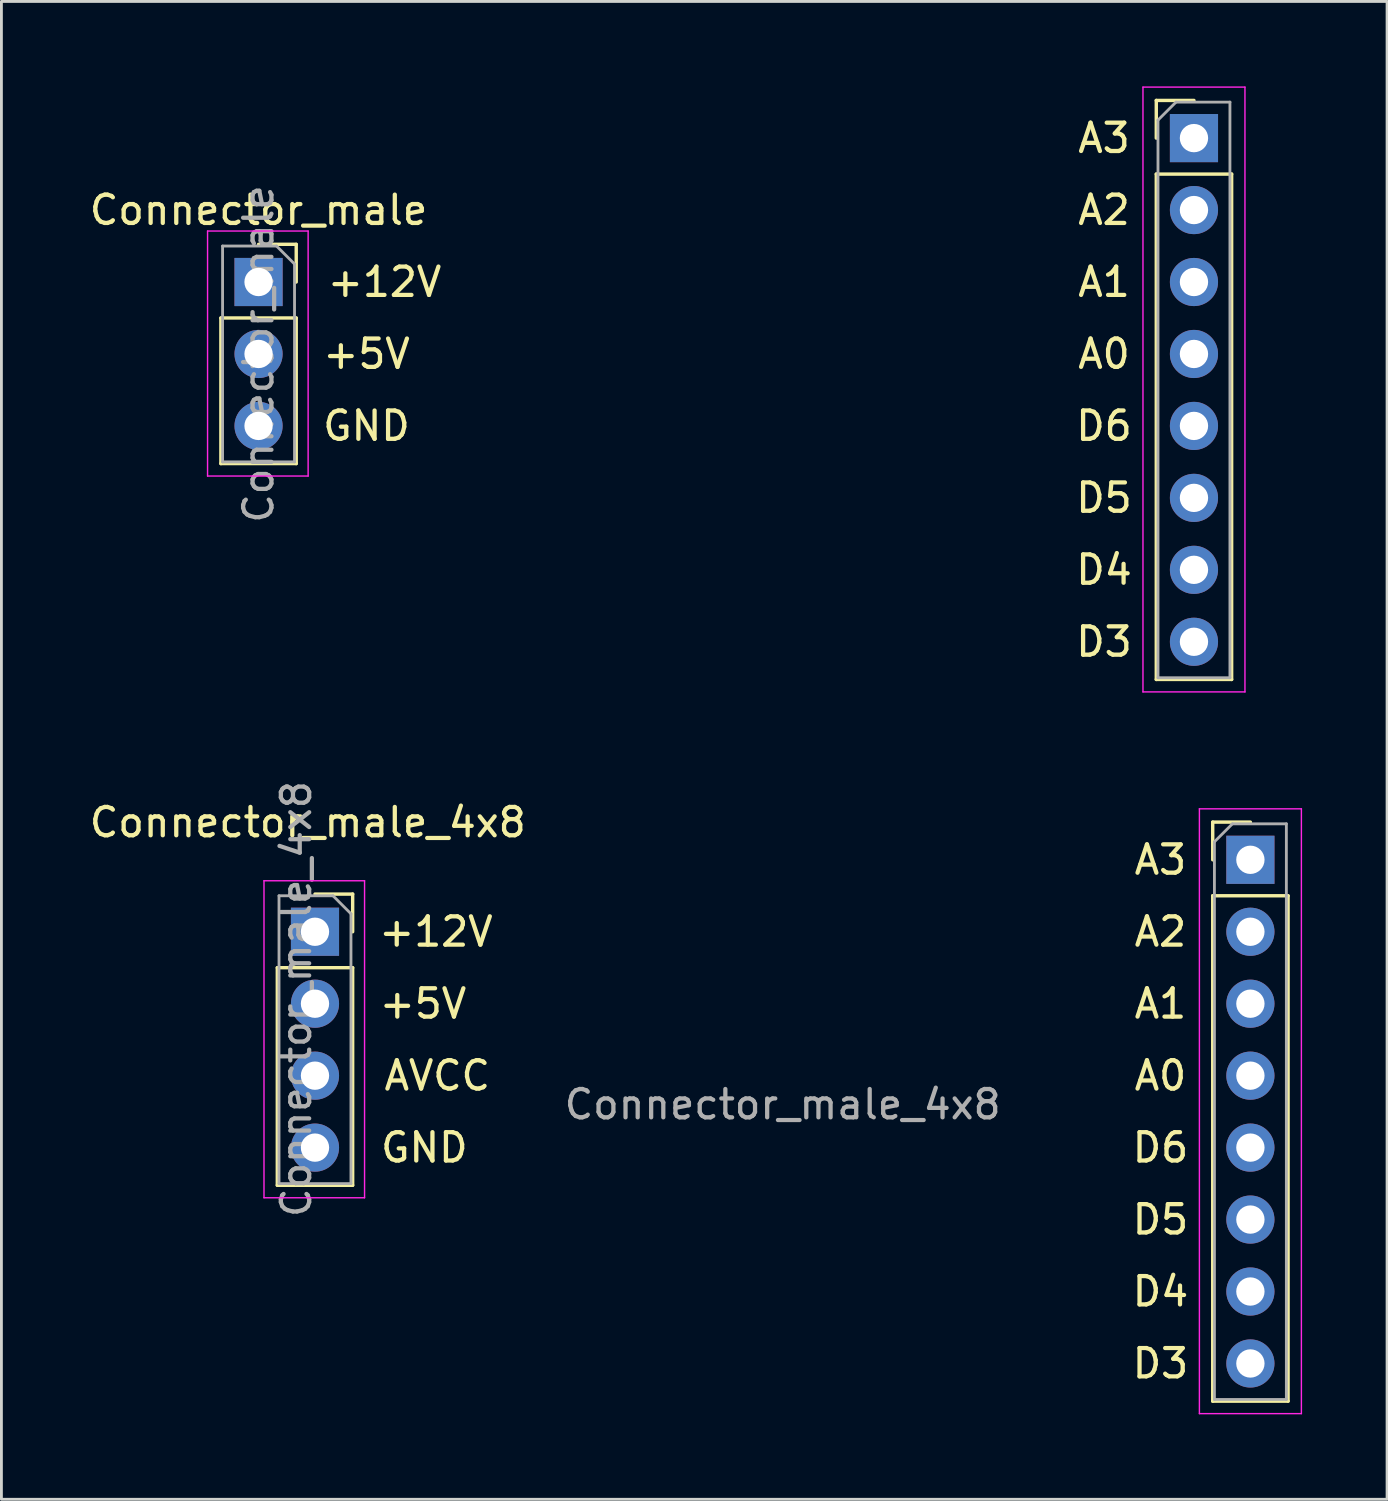
<source format=kicad_pcb>
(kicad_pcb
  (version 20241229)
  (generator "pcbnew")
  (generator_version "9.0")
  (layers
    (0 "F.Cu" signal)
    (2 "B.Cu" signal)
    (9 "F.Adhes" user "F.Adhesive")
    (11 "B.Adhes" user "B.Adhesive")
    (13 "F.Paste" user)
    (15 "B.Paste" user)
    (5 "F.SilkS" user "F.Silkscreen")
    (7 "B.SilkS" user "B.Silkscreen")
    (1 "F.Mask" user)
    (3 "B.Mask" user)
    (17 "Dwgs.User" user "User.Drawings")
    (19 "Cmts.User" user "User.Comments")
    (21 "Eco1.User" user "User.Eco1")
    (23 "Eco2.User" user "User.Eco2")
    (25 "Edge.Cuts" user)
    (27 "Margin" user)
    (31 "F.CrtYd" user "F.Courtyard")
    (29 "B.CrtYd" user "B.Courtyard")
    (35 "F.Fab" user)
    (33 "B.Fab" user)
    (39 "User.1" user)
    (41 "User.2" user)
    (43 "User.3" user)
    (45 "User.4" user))
  (footprint "Connector_male_4x8"
    (layer "F.Cu")
    (at 24.579 34.921)
    (property "Reference" "Connector_male_4x8" (at -16.764 -8.941 0) (unlocked yes) (layer "F.SilkS") (effects (font (size 1 1) (thickness 0.15))))
    (attr smd)
    (fp_line (start -17.84 -3.81) (end -17.84 3.87) (stroke (width 0.12) (type solid)) (layer "F.SilkS"))
    (fp_line (start -17.84 -3.81) (end -15.18 -3.81) (stroke (width 0.12) (type solid)) (layer "F.SilkS"))
    (fp_line (start -17.84 3.87) (end -15.18 3.87) (stroke (width 0.12) (type solid)) (layer "F.SilkS"))
    (fp_line (start -16.51 -6.41) (end -15.18 -6.41) (stroke (width 0.12) (type solid)) (layer "F.SilkS"))
    (fp_line (start -15.18 -6.41) (end -15.18 -5.08) (stroke (width 0.12) (type solid)) (layer "F.SilkS"))
    (fp_line (start -15.18 -3.81) (end -15.18 3.87) (stroke (width 0.12) (type solid)) (layer "F.SilkS"))
    (fp_line (start 15.18 -8.95) (end 16.51 -8.95) (stroke (width 0.12) (type solid)) (layer "F.SilkS"))
    (fp_line (start 15.18 -7.62) (end 15.18 -8.95) (stroke (width 0.12) (type solid)) (layer "F.SilkS"))
    (fp_line (start 15.18 -6.35) (end 15.18 11.49) (stroke (width 0.12) (type solid)) (layer "F.SilkS"))
    (fp_line (start 15.18 -6.35) (end 17.84 -6.35) (stroke (width 0.12) (type solid)) (layer "F.SilkS"))
    (fp_line (start 15.18 11.49) (end 17.84 11.49) (stroke (width 0.12) (type solid)) (layer "F.SilkS"))
    (fp_line (start 17.84 -6.35) (end 17.84 11.49) (stroke (width 0.12) (type solid)) (layer "F.SilkS"))
    (fp_line (start -18.31 -6.88) (end -14.76 -6.88) (stroke (width 0.05) (type solid)) (layer "F.CrtYd"))
    (fp_line (start -18.31 4.31) (end -18.31 -6.88) (stroke (width 0.05) (type solid)) (layer "F.CrtYd"))
    (fp_line (start -14.76 -6.88) (end -14.76 4.31) (stroke (width 0.05) (type solid)) (layer "F.CrtYd"))
    (fp_line (start -14.76 4.31) (end -18.31 4.31) (stroke (width 0.05) (type solid)) (layer "F.CrtYd"))
    (fp_line (start 14.71 -9.42) (end 14.71 11.93) (stroke (width 0.05) (type solid)) (layer "F.CrtYd"))
    (fp_line (start 14.71 11.93) (end 18.31 11.93) (stroke (width 0.05) (type solid)) (layer "F.CrtYd"))
    (fp_line (start 18.31 -9.42) (end 14.71 -9.42) (stroke (width 0.05) (type solid)) (layer "F.CrtYd"))
    (fp_line (start 18.31 11.93) (end 18.31 -9.42) (stroke (width 0.05) (type solid)) (layer "F.CrtYd"))
    (fp_line (start -17.78 -6.35) (end -15.875 -6.35) (stroke (width 0.1) (type solid)) (layer "F.Fab"))
    (fp_line (start -17.78 3.81) (end -17.78 -6.35) (stroke (width 0.1) (type solid)) (layer "F.Fab"))
    (fp_line (start -15.24 -5.715) (end -15.875 -6.35) (stroke (width 0.1) (type solid)) (layer "F.Fab"))
    (fp_line (start -15.24 -5.715) (end -15.24 3.81) (stroke (width 0.1) (type solid)) (layer "F.Fab"))
    (fp_line (start -15.24 3.81) (end -17.78 3.81) (stroke (width 0.1) (type solid)) (layer "F.Fab"))
    (fp_line (start 15.24 -8.255) (end 15.875 -8.89) (stroke (width 0.1) (type solid)) (layer "F.Fab"))
    (fp_line (start 15.24 11.43) (end 15.24 -8.255) (stroke (width 0.1) (type solid)) (layer "F.Fab"))
    (fp_line (start 15.875 -8.89) (end 17.78 -8.89) (stroke (width 0.1) (type solid)) (layer "F.Fab"))
    (fp_line (start 17.78 -8.89) (end 17.78 11.43) (stroke (width 0.1) (type solid)) (layer "F.Fab"))
    (fp_line (start 17.78 11.43) (end 15.24 11.43) (stroke (width 0.1) (type solid)) (layer "F.Fab"))
    (fp_text user "A1" (at 13.335 -2.54 0) (unlocked yes) (layer "F.SilkS") (effects (font (size 1 1) (thickness 0.15))))
    (fp_text user "D5" (at 13.335 5.08 0) (unlocked yes) (layer "F.SilkS") (effects (font (size 1 1) (thickness 0.15))))
    (fp_text user "A3" (at 13.335 -7.62 0) (unlocked yes) (layer "F.SilkS") (effects (font (size 1 1) (thickness 0.15))))
    (fp_text user "A0" (at 13.335 0 0) (unlocked yes) (layer "F.SilkS") (effects (font (size 1 1) (thickness 0.15))))
    (fp_text user "D4" (at 13.335 7.62 0) (unlocked yes) (layer "F.SilkS") (effects (font (size 1 1) (thickness 0.15))))
    (fp_text user "+5V" (at -12.7 -2.54 0) (unlocked yes) (layer "F.SilkS") (effects (font (size 1 1) (thickness 0.15))))
    (fp_text user "A2" (at 13.335 -5.08 0) (unlocked yes) (layer "F.SilkS") (effects (font (size 1 1) (thickness 0.15))))
    (fp_text user "AVCC" (at -12.192 0 0) (unlocked yes) (layer "F.SilkS") (effects (font (size 1 1) (thickness 0.15))))
    (fp_text user "D6" (at 13.335 2.54 0) (unlocked yes) (layer "F.SilkS") (effects (font (size 1 1) (thickness 0.15))))
    (fp_text user "+12V" (at -12.243 -5.08 0) (unlocked yes) (layer "F.SilkS") (effects (font (size 1 1) (thickness 0.15))))
    (fp_text user "D3" (at 13.335 10.16 0) (unlocked yes) (layer "F.SilkS") (effects (font (size 1 1) (thickness 0.15))))
    (fp_text user "GND" (at -12.649 2.54 0) (unlocked yes) (layer "F.SilkS") (effects (font (size 1 1) (thickness 0.15))))
    (fp_text user "${REFERENCE}" (at 0 1.016 0) (unlocked yes) (layer "F.Fab") (effects (font (size 1 1) (thickness 0.15))))
    (fp_text user "${REFERENCE}" (at -17.17 -2.705 90) (unlocked yes) (layer "F.Fab") (effects (font (size 1 1) (thickness 0.15))))
    (pad "1" thru_hole rect (at -16.51 -5.08) (size 1.7 1.7) (drill 1) (layers "*.Cu" "*.Mask"))
    (pad "2" thru_hole oval (at -16.51 -2.54) (size 1.7 1.7) (drill 1) (layers "*.Cu" "*.Mask"))
    (pad "3" thru_hole oval (at -16.51 0) (size 1.7 1.7) (drill 1) (layers "*.Cu" "*.Mask"))
    (pad "4" thru_hole oval (at -16.51 2.54) (size 1.7 1.7) (drill 1) (layers "*.Cu" "*.Mask"))
    (pad "5" thru_hole oval (at 16.51 10.16) (size 1.7 1.7) (drill 1) (layers "*.Cu" "*.Mask"))
    (pad "6" thru_hole oval (at 16.51 7.62) (size 1.7 1.7) (drill 1) (layers "*.Cu" "*.Mask"))
    (pad "7" thru_hole oval (at 16.51 5.08) (size 1.7 1.7) (drill 1) (layers "*.Cu" "*.Mask"))
    (pad "8" thru_hole oval (at 16.51 2.54) (size 1.7 1.7) (drill 1) (layers "*.Cu" "*.Mask"))
    (pad "9" thru_hole oval (at 16.51 0) (size 1.7 1.7) (drill 1) (layers "*.Cu" "*.Mask"))
    (pad "10" thru_hole oval (at 16.51 -2.54) (size 1.7 1.7) (drill 1) (layers "*.Cu" "*.Mask"))
    (pad "11" thru_hole oval (at 16.51 -5.08) (size 1.7 1.7) (drill 1) (layers "*.Cu" "*.Mask"))
    (pad "12" thru_hole rect (at 16.51 -7.62) (size 1.7 1.7) (drill 1) (layers "*.Cu" "*.Mask")))
  (footprint "Connector_male"
    (layer "F.Cu")
    (at 21.317 9.445)
    (property "Reference" "Connector_male" (at -15.24 -5.08 0) (unlocked yes) (layer "F.SilkS") (effects (font (size 1 1) (thickness 0.15))))
    (attr through_hole)
    (fp_line (start -16.57 -1.27) (end -16.57 3.87) (stroke (width 0.12) (type solid)) (layer "F.SilkS"))
    (fp_line (start -16.57 -1.27) (end -13.91 -1.27) (stroke (width 0.12) (type solid)) (layer "F.SilkS"))
    (fp_line (start -16.57 3.87) (end -13.91 3.87) (stroke (width 0.12) (type solid)) (layer "F.SilkS"))
    (fp_line (start -15.24 -3.87) (end -13.91 -3.87) (stroke (width 0.12) (type solid)) (layer "F.SilkS"))
    (fp_line (start -13.91 -3.87) (end -13.91 -2.54) (stroke (width 0.12) (type solid)) (layer "F.SilkS"))
    (fp_line (start -13.91 -1.27) (end -13.91 3.87) (stroke (width 0.12) (type solid)) (layer "F.SilkS"))
    (fp_line (start 16.45 -8.95) (end 17.78 -8.95) (stroke (width 0.12) (type solid)) (layer "F.SilkS"))
    (fp_line (start 16.45 -7.62) (end 16.45 -8.95) (stroke (width 0.12) (type solid)) (layer "F.SilkS"))
    (fp_line (start 16.45 -6.35) (end 16.45 11.49) (stroke (width 0.12) (type solid)) (layer "F.SilkS"))
    (fp_line (start 16.45 -6.35) (end 19.11 -6.35) (stroke (width 0.12) (type solid)) (layer "F.SilkS"))
    (fp_line (start 16.45 11.49) (end 19.11 11.49) (stroke (width 0.12) (type solid)) (layer "F.SilkS"))
    (fp_line (start 19.11 -6.35) (end 19.11 11.49) (stroke (width 0.12) (type solid)) (layer "F.SilkS"))
    (fp_line (start -17.04 -4.34) (end -13.49 -4.34) (stroke (width 0.05) (type solid)) (layer "F.CrtYd"))
    (fp_line (start -17.04 4.31) (end -17.04 -4.34) (stroke (width 0.05) (type solid)) (layer "F.CrtYd"))
    (fp_line (start -13.49 -4.34) (end -13.49 4.31) (stroke (width 0.05) (type solid)) (layer "F.CrtYd"))
    (fp_line (start -13.49 4.31) (end -17.04 4.31) (stroke (width 0.05) (type solid)) (layer "F.CrtYd"))
    (fp_line (start 15.98 -9.42) (end 15.98 11.93) (stroke (width 0.05) (type solid)) (layer "F.CrtYd"))
    (fp_line (start 15.98 11.93) (end 19.58 11.93) (stroke (width 0.05) (type solid)) (layer "F.CrtYd"))
    (fp_line (start 19.58 -9.42) (end 15.98 -9.42) (stroke (width 0.05) (type solid)) (layer "F.CrtYd"))
    (fp_line (start 19.58 11.93) (end 19.58 -9.42) (stroke (width 0.05) (type solid)) (layer "F.CrtYd"))
    (fp_line (start -16.51 -3.81) (end -14.605 -3.81) (stroke (width 0.1) (type solid)) (layer "F.Fab"))
    (fp_line (start -16.51 3.81) (end -16.51 -3.81) (stroke (width 0.1) (type solid)) (layer "F.Fab"))
    (fp_line (start -14.605 -3.81) (end -13.97 -3.175) (stroke (width 0.1) (type solid)) (layer "F.Fab"))
    (fp_line (start -13.97 -3.175) (end -13.97 3.81) (stroke (width 0.1) (type solid)) (layer "F.Fab"))
    (fp_line (start -13.97 3.81) (end -16.51 3.81) (stroke (width 0.1) (type solid)) (layer "F.Fab"))
    (fp_line (start 16.51 -8.255) (end 17.145 -8.89) (stroke (width 0.1) (type solid)) (layer "F.Fab"))
    (fp_line (start 16.51 11.43) (end 16.51 -8.255) (stroke (width 0.1) (type solid)) (layer "F.Fab"))
    (fp_line (start 17.145 -8.89) (end 19.05 -8.89) (stroke (width 0.1) (type solid)) (layer "F.Fab"))
    (fp_line (start 19.05 -8.89) (end 19.05 11.43) (stroke (width 0.1) (type solid)) (layer "F.Fab"))
    (fp_line (start 19.05 11.43) (end 16.51 11.43) (stroke (width 0.1) (type solid)) (layer "F.Fab"))
    (fp_text user "A3" (at 14.605 -7.62 0) (unlocked yes) (layer "F.SilkS") (effects (font (size 1 1) (thickness 0.15))))
    (fp_text user "D3" (at 14.605 10.16 0) (unlocked yes) (layer "F.SilkS") (effects (font (size 1 1) (thickness 0.15))))
    (fp_text user "+12V" (at -10.795 -2.54 0) (unlocked yes) (layer "F.SilkS") (effects (font (size 1 1) (thickness 0.15))))
    (fp_text user "D4" (at 14.605 7.62 0) (unlocked yes) (layer "F.SilkS") (effects (font (size 1 1) (thickness 0.15))))
    (fp_text user "+5V" (at -11.43 0 0) (unlocked yes) (layer "F.SilkS") (effects (font (size 1 1) (thickness 0.15))))
    (fp_text user "A1" (at 14.605 -2.54 0) (unlocked yes) (layer "F.SilkS") (effects (font (size 1 1) (thickness 0.15))))
    (fp_text user "GND" (at -11.43 2.54 0) (unlocked yes) (layer "F.SilkS") (effects (font (size 1 1) (thickness 0.15))))
    (fp_text user "A0" (at 14.605 0 0) (unlocked yes) (layer "F.SilkS") (effects (font (size 1 1) (thickness 0.15))))
    (fp_text user "A2" (at 14.605 -5.08 0) (unlocked yes) (layer "F.SilkS") (effects (font (size 1 1) (thickness 0.15))))
    (fp_text user "D5" (at 14.605 5.08 0) (unlocked yes) (layer "F.SilkS") (effects (font (size 1 1) (thickness 0.15))))
    (fp_text user "D6" (at 14.605 2.54 0) (unlocked yes) (layer "F.SilkS") (effects (font (size 1 1) (thickness 0.15))))
    (fp_text user "${REFERENCE}" (at -15.24 0 90) (unlocked yes) (layer "F.Fab") (effects (font (size 1 1) (thickness 0.15))))
    (pad "1" thru_hole rect (at -15.24 -2.54) (size 1.7 1.7) (drill 1) (layers "*.Cu" "*.Mask"))
    (pad "2" thru_hole oval (at -15.24 0) (size 1.7 1.7) (drill 1) (layers "*.Cu" "*.Mask"))
    (pad "3" thru_hole oval (at -15.24 2.54) (size 1.7 1.7) (drill 1) (layers "*.Cu" "*.Mask"))
    (pad "4" thru_hole oval (at 17.78 10.16) (size 1.7 1.7) (drill 1) (layers "*.Cu" "*.Mask"))
    (pad "5" thru_hole oval (at 17.78 7.62) (size 1.7 1.7) (drill 1) (layers "*.Cu" "*.Mask"))
    (pad "6" thru_hole oval (at 17.78 5.08) (size 1.7 1.7) (drill 1) (layers "*.Cu" "*.Mask"))
    (pad "7" thru_hole oval (at 17.78 2.54) (size 1.7 1.7) (drill 1) (layers "*.Cu" "*.Mask"))
    (pad "8" thru_hole oval (at 17.78 0) (size 1.7 1.7) (drill 1) (layers "*.Cu" "*.Mask"))
    (pad "9" thru_hole oval (at 17.78 -2.54) (size 1.7 1.7) (drill 1) (layers "*.Cu" "*.Mask"))
    (pad "10" thru_hole oval (at 17.78 -5.08) (size 1.7 1.7) (drill 1) (layers "*.Cu" "*.Mask"))
    (pad "11" thru_hole rect (at 17.78 -7.62) (size 1.7 1.7) (drill 1) (layers "*.Cu" "*.Mask")))
  (gr_rect
    (start -3 -3)
    (end 45.914 49.876)
    (stroke (width 0.1) (type default))
    (fill no)
    (layer "Edge.Cuts")))
</source>
